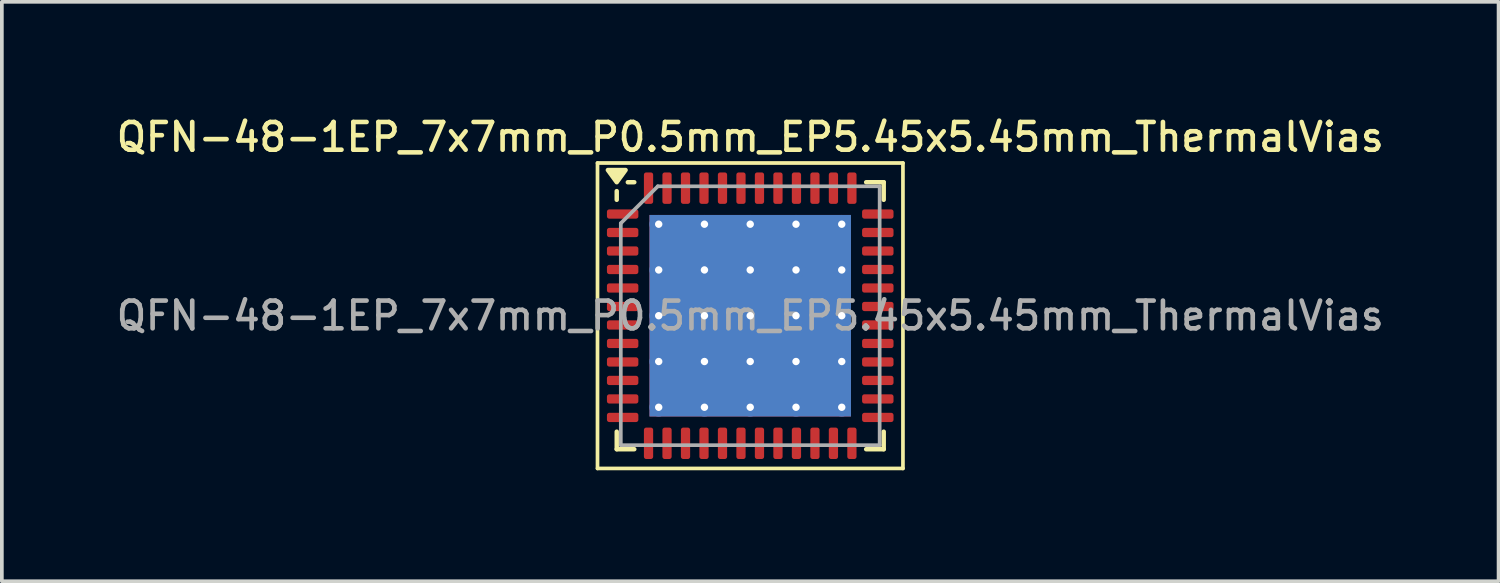
<source format=kicad_pcb>
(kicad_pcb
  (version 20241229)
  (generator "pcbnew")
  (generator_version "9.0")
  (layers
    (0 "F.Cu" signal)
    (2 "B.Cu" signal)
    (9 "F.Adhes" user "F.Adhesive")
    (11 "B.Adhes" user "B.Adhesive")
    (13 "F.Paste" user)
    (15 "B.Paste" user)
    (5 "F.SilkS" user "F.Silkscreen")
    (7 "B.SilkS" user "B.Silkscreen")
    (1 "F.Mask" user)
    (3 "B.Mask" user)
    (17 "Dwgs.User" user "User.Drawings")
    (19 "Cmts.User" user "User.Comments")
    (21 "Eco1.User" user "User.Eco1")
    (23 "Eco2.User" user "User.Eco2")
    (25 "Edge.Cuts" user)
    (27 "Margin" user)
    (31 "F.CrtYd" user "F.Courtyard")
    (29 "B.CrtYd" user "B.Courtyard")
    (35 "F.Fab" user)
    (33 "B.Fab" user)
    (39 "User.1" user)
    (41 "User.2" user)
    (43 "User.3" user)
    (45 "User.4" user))
  (footprint "QFN-48-1EP_7x7mm_P0.5mm_EP5.45x5.45mm_ThermalVias"
    (layer "F.Cu")
    (at 17.238 5.488)
    (property "Reference" "QFN-48-1EP_7x7mm_P0.5mm_EP5.45x5.45mm_ThermalVias" (at 0 -4.83 0) (layer "F.SilkS") (effects (font (size 0.75 0.75) (thickness 0.125))))
    (attr smd)
    (fp_line (start -4.13 -4.13) (end -4.13 4.13) (stroke (width 0.1) (type solid)) (layer "F.SilkS"))
    (fp_line (start -4.13 4.13) (end 4.13 4.13) (stroke (width 0.1) (type solid)) (layer "F.SilkS"))
    (fp_line (start -3.61 -3.135) (end -3.61 -3.37) (stroke (width 0.12) (type solid)) (layer "F.SilkS"))
    (fp_line (start -3.61 3.61) (end -3.61 3.135) (stroke (width 0.12) (type solid)) (layer "F.SilkS"))
    (fp_line (start -3.135 -3.61) (end -3.31 -3.61) (stroke (width 0.12) (type solid)) (layer "F.SilkS"))
    (fp_line (start -3.135 3.61) (end -3.61 3.61) (stroke (width 0.12) (type solid)) (layer "F.SilkS"))
    (fp_line (start 3.135 -3.61) (end 3.61 -3.61) (stroke (width 0.12) (type solid)) (layer "F.SilkS"))
    (fp_line (start 3.135 3.61) (end 3.61 3.61) (stroke (width 0.12) (type solid)) (layer "F.SilkS"))
    (fp_line (start 3.61 -3.61) (end 3.61 -3.135) (stroke (width 0.12) (type solid)) (layer "F.SilkS"))
    (fp_line (start 3.61 3.61) (end 3.61 3.135) (stroke (width 0.12) (type solid)) (layer "F.SilkS"))
    (fp_line (start 4.13 -4.13) (end -4.13 -4.13) (stroke (width 0.1) (type solid)) (layer "F.SilkS"))
    (fp_line (start 4.13 4.13) (end 4.13 -4.13) (stroke (width 0.1) (type solid)) (layer "F.SilkS"))
    (fp_poly (pts (xy -3.61 -3.61) (xy -3.85 -3.94) (xy -3.37 -3.94) (xy -3.61 -3.61)) (stroke (width 0.12) (type solid)) (fill yes) (layer "F.SilkS"))
    (fp_line (start -3.5 -2.5) (end -2.5 -3.5) (stroke (width 0.1) (type solid)) (layer "F.Fab"))
    (fp_line (start -3.5 3.5) (end -3.5 -2.5) (stroke (width 0.1) (type solid)) (layer "F.Fab"))
    (fp_line (start -2.5 -3.5) (end 3.5 -3.5) (stroke (width 0.1) (type solid)) (layer "F.Fab"))
    (fp_line (start 3.5 -3.5) (end 3.5 3.5) (stroke (width 0.1) (type solid)) (layer "F.Fab"))
    (fp_line (start 3.5 3.5) (end -3.5 3.5) (stroke (width 0.1) (type solid)) (layer "F.Fab"))
    (fp_text user "${REFERENCE}" (at 0 0 0) (layer "F.Fab") (effects (font (size 0.75 0.75) (thickness 0.125))))
    (pad "" smd roundrect (at -1.856 -1.856) (size 1.098 1.098) (layers "F.Paste") (roundrect_rratio 0.228))
    (pad "" smd roundrect (at -1.856 -0.619) (size 1.098 1.098) (layers "F.Paste") (roundrect_rratio 0.228))
    (pad "" smd roundrect (at -1.856 0.619) (size 1.098 1.098) (layers "F.Paste") (roundrect_rratio 0.228))
    (pad "" smd roundrect (at -1.856 1.856) (size 1.098 1.098) (layers "F.Paste") (roundrect_rratio 0.228))
    (pad "" smd roundrect (at -0.619 -1.856) (size 1.098 1.098) (layers "F.Paste") (roundrect_rratio 0.228))
    (pad "" smd roundrect (at -0.619 -0.619) (size 1.098 1.098) (layers "F.Paste") (roundrect_rratio 0.228))
    (pad "" smd roundrect (at -0.619 0.619) (size 1.098 1.098) (layers "F.Paste") (roundrect_rratio 0.228))
    (pad "" smd roundrect (at -0.619 1.856) (size 1.098 1.098) (layers "F.Paste") (roundrect_rratio 0.228))
    (pad "" smd roundrect (at 0.619 -1.856) (size 1.098 1.098) (layers "F.Paste") (roundrect_rratio 0.228))
    (pad "" smd roundrect (at 0.619 -0.619) (size 1.098 1.098) (layers "F.Paste") (roundrect_rratio 0.228))
    (pad "" smd roundrect (at 0.619 0.619) (size 1.098 1.098) (layers "F.Paste") (roundrect_rratio 0.228))
    (pad "" smd roundrect (at 0.619 1.856) (size 1.098 1.098) (layers "F.Paste") (roundrect_rratio 0.228))
    (pad "" smd roundrect (at 1.856 -1.856) (size 1.098 1.098) (layers "F.Paste") (roundrect_rratio 0.228))
    (pad "" smd roundrect (at 1.856 -0.619) (size 1.098 1.098) (layers "F.Paste") (roundrect_rratio 0.228))
    (pad "" smd roundrect (at 1.856 0.619) (size 1.098 1.098) (layers "F.Paste") (roundrect_rratio 0.228))
    (pad "" smd roundrect (at 1.856 1.856) (size 1.098 1.098) (layers "F.Paste") (roundrect_rratio 0.228))
    (pad "1" smd roundrect (at -3.45 -2.75) (size 0.85 0.25) (layers "F.Cu" "F.Mask" "F.Paste") (roundrect_rratio 0.25))
    (pad "2" smd roundrect (at -3.45 -2.25) (size 0.85 0.25) (layers "F.Cu" "F.Mask" "F.Paste") (roundrect_rratio 0.25))
    (pad "3" smd roundrect (at -3.45 -1.75) (size 0.85 0.25) (layers "F.Cu" "F.Mask" "F.Paste") (roundrect_rratio 0.25))
    (pad "4" smd roundrect (at -3.45 -1.25) (size 0.85 0.25) (layers "F.Cu" "F.Mask" "F.Paste") (roundrect_rratio 0.25))
    (pad "5" smd roundrect (at -3.45 -0.75) (size 0.85 0.25) (layers "F.Cu" "F.Mask" "F.Paste") (roundrect_rratio 0.25))
    (pad "6" smd roundrect (at -3.45 -0.25) (size 0.85 0.25) (layers "F.Cu" "F.Mask" "F.Paste") (roundrect_rratio 0.25))
    (pad "7" smd roundrect (at -3.45 0.25) (size 0.85 0.25) (layers "F.Cu" "F.Mask" "F.Paste") (roundrect_rratio 0.25))
    (pad "8" smd roundrect (at -3.45 0.75) (size 0.85 0.25) (layers "F.Cu" "F.Mask" "F.Paste") (roundrect_rratio 0.25))
    (pad "9" smd roundrect (at -3.45 1.25) (size 0.85 0.25) (layers "F.Cu" "F.Mask" "F.Paste") (roundrect_rratio 0.25))
    (pad "10" smd roundrect (at -3.45 1.75) (size 0.85 0.25) (layers "F.Cu" "F.Mask" "F.Paste") (roundrect_rratio 0.25))
    (pad "11" smd roundrect (at -3.45 2.25) (size 0.85 0.25) (layers "F.Cu" "F.Mask" "F.Paste") (roundrect_rratio 0.25))
    (pad "12" smd roundrect (at -3.45 2.75) (size 0.85 0.25) (layers "F.Cu" "F.Mask" "F.Paste") (roundrect_rratio 0.25))
    (pad "13" smd roundrect (at -2.75 3.45) (size 0.25 0.85) (layers "F.Cu" "F.Mask" "F.Paste") (roundrect_rratio 0.25))
    (pad "14" smd roundrect (at -2.25 3.45) (size 0.25 0.85) (layers "F.Cu" "F.Mask" "F.Paste") (roundrect_rratio 0.25))
    (pad "15" smd roundrect (at -1.75 3.45) (size 0.25 0.85) (layers "F.Cu" "F.Mask" "F.Paste") (roundrect_rratio 0.25))
    (pad "16" smd roundrect (at -1.25 3.45) (size 0.25 0.85) (layers "F.Cu" "F.Mask" "F.Paste") (roundrect_rratio 0.25))
    (pad "17" smd roundrect (at -0.75 3.45) (size 0.25 0.85) (layers "F.Cu" "F.Mask" "F.Paste") (roundrect_rratio 0.25))
    (pad "18" smd roundrect (at -0.25 3.45) (size 0.25 0.85) (layers "F.Cu" "F.Mask" "F.Paste") (roundrect_rratio 0.25))
    (pad "19" smd roundrect (at 0.25 3.45) (size 0.25 0.85) (layers "F.Cu" "F.Mask" "F.Paste") (roundrect_rratio 0.25))
    (pad "20" smd roundrect (at 0.75 3.45) (size 0.25 0.85) (layers "F.Cu" "F.Mask" "F.Paste") (roundrect_rratio 0.25))
    (pad "21" smd roundrect (at 1.25 3.45) (size 0.25 0.85) (layers "F.Cu" "F.Mask" "F.Paste") (roundrect_rratio 0.25))
    (pad "22" smd roundrect (at 1.75 3.45) (size 0.25 0.85) (layers "F.Cu" "F.Mask" "F.Paste") (roundrect_rratio 0.25))
    (pad "23" smd roundrect (at 2.25 3.45) (size 0.25 0.85) (layers "F.Cu" "F.Mask" "F.Paste") (roundrect_rratio 0.25))
    (pad "24" smd roundrect (at 2.75 3.45) (size 0.25 0.85) (layers "F.Cu" "F.Mask" "F.Paste") (roundrect_rratio 0.25))
    (pad "25" smd roundrect (at 3.45 2.75) (size 0.85 0.25) (layers "F.Cu" "F.Mask" "F.Paste") (roundrect_rratio 0.25))
    (pad "26" smd roundrect (at 3.45 2.25) (size 0.85 0.25) (layers "F.Cu" "F.Mask" "F.Paste") (roundrect_rratio 0.25))
    (pad "27" smd roundrect (at 3.45 1.75) (size 0.85 0.25) (layers "F.Cu" "F.Mask" "F.Paste") (roundrect_rratio 0.25))
    (pad "28" smd roundrect (at 3.45 1.25) (size 0.85 0.25) (layers "F.Cu" "F.Mask" "F.Paste") (roundrect_rratio 0.25))
    (pad "29" smd roundrect (at 3.45 0.75) (size 0.85 0.25) (layers "F.Cu" "F.Mask" "F.Paste") (roundrect_rratio 0.25))
    (pad "30" smd roundrect (at 3.45 0.25) (size 0.85 0.25) (layers "F.Cu" "F.Mask" "F.Paste") (roundrect_rratio 0.25))
    (pad "31" smd roundrect (at 3.45 -0.25) (size 0.85 0.25) (layers "F.Cu" "F.Mask" "F.Paste") (roundrect_rratio 0.25))
    (pad "32" smd roundrect (at 3.45 -0.75) (size 0.85 0.25) (layers "F.Cu" "F.Mask" "F.Paste") (roundrect_rratio 0.25))
    (pad "33" smd roundrect (at 3.45 -1.25) (size 0.85 0.25) (layers "F.Cu" "F.Mask" "F.Paste") (roundrect_rratio 0.25))
    (pad "34" smd roundrect (at 3.45 -1.75) (size 0.85 0.25) (layers "F.Cu" "F.Mask" "F.Paste") (roundrect_rratio 0.25))
    (pad "35" smd roundrect (at 3.45 -2.25) (size 0.85 0.25) (layers "F.Cu" "F.Mask" "F.Paste") (roundrect_rratio 0.25))
    (pad "36" smd roundrect (at 3.45 -2.75) (size 0.85 0.25) (layers "F.Cu" "F.Mask" "F.Paste") (roundrect_rratio 0.25))
    (pad "37" smd roundrect (at 2.75 -3.45) (size 0.25 0.85) (layers "F.Cu" "F.Mask" "F.Paste") (roundrect_rratio 0.25))
    (pad "38" smd roundrect (at 2.25 -3.45) (size 0.25 0.85) (layers "F.Cu" "F.Mask" "F.Paste") (roundrect_rratio 0.25))
    (pad "39" smd roundrect (at 1.75 -3.45) (size 0.25 0.85) (layers "F.Cu" "F.Mask" "F.Paste") (roundrect_rratio 0.25))
    (pad "40" smd roundrect (at 1.25 -3.45) (size 0.25 0.85) (layers "F.Cu" "F.Mask" "F.Paste") (roundrect_rratio 0.25))
    (pad "41" smd roundrect (at 0.75 -3.45) (size 0.25 0.85) (layers "F.Cu" "F.Mask" "F.Paste") (roundrect_rratio 0.25))
    (pad "42" smd roundrect (at 0.25 -3.45) (size 0.25 0.85) (layers "F.Cu" "F.Mask" "F.Paste") (roundrect_rratio 0.25))
    (pad "43" smd roundrect (at -0.25 -3.45) (size 0.25 0.85) (layers "F.Cu" "F.Mask" "F.Paste") (roundrect_rratio 0.25))
    (pad "44" smd roundrect (at -0.75 -3.45) (size 0.25 0.85) (layers "F.Cu" "F.Mask" "F.Paste") (roundrect_rratio 0.25))
    (pad "45" smd roundrect (at -1.25 -3.45) (size 0.25 0.85) (layers "F.Cu" "F.Mask" "F.Paste") (roundrect_rratio 0.25))
    (pad "46" smd roundrect (at -1.75 -3.45) (size 0.25 0.85) (layers "F.Cu" "F.Mask" "F.Paste") (roundrect_rratio 0.25))
    (pad "47" smd roundrect (at -2.25 -3.45) (size 0.25 0.85) (layers "F.Cu" "F.Mask" "F.Paste") (roundrect_rratio 0.25))
    (pad "48" smd roundrect (at -2.75 -3.45) (size 0.25 0.85) (layers "F.Cu" "F.Mask" "F.Paste") (roundrect_rratio 0.25))
    (pad "49" thru_hole circle (at -2.475 -2.475) (size 0.5 0.5) (drill 0.2) (property pad_prop_heatsink) (layers "*.Cu"))
    (pad "49" thru_hole circle (at -2.475 -1.238) (size 0.5 0.5) (drill 0.2) (property pad_prop_heatsink) (layers "*.Cu"))
    (pad "49" thru_hole circle (at -2.475 0) (size 0.5 0.5) (drill 0.2) (property pad_prop_heatsink) (layers "*.Cu"))
    (pad "49" thru_hole circle (at -2.475 1.238) (size 0.5 0.5) (drill 0.2) (property pad_prop_heatsink) (layers "*.Cu"))
    (pad "49" thru_hole circle (at -2.475 2.475) (size 0.5 0.5) (drill 0.2) (property pad_prop_heatsink) (layers "*.Cu"))
    (pad "49" thru_hole circle (at -1.238 -2.475) (size 0.5 0.5) (drill 0.2) (property pad_prop_heatsink) (layers "*.Cu"))
    (pad "49" thru_hole circle (at -1.238 -1.238) (size 0.5 0.5) (drill 0.2) (property pad_prop_heatsink) (layers "*.Cu"))
    (pad "49" thru_hole circle (at -1.238 0) (size 0.5 0.5) (drill 0.2) (property pad_prop_heatsink) (layers "*.Cu"))
    (pad "49" thru_hole circle (at -1.238 1.238) (size 0.5 0.5) (drill 0.2) (property pad_prop_heatsink) (layers "*.Cu"))
    (pad "49" thru_hole circle (at -1.238 2.475) (size 0.5 0.5) (drill 0.2) (property pad_prop_heatsink) (layers "*.Cu"))
    (pad "49" thru_hole circle (at 0 -2.475) (size 0.5 0.5) (drill 0.2) (property pad_prop_heatsink) (layers "*.Cu"))
    (pad "49" thru_hole circle (at 0 -1.238) (size 0.5 0.5) (drill 0.2) (property pad_prop_heatsink) (layers "*.Cu"))
    (pad "49" thru_hole circle (at 0 0) (size 0.5 0.5) (drill 0.2) (property pad_prop_heatsink) (layers "*.Cu"))
    (pad "49" smd rect (at 0 0) (size 5.45 5.45) (property pad_prop_heatsink) (layers "F.Cu" "F.Mask"))
    (pad "49" smd rect (at 0 0) (size 5.45 5.45) (property pad_prop_heatsink) (layers "B.Cu"))
    (pad "49" thru_hole circle (at 0 1.238) (size 0.5 0.5) (drill 0.2) (property pad_prop_heatsink) (layers "*.Cu"))
    (pad "49" thru_hole circle (at 0 2.475) (size 0.5 0.5) (drill 0.2) (property pad_prop_heatsink) (layers "*.Cu"))
    (pad "49" thru_hole circle (at 1.238 -2.475) (size 0.5 0.5) (drill 0.2) (property pad_prop_heatsink) (layers "*.Cu"))
    (pad "49" thru_hole circle (at 1.238 -1.238) (size 0.5 0.5) (drill 0.2) (property pad_prop_heatsink) (layers "*.Cu"))
    (pad "49" thru_hole circle (at 1.238 0) (size 0.5 0.5) (drill 0.2) (property pad_prop_heatsink) (layers "*.Cu"))
    (pad "49" thru_hole circle (at 1.238 1.238) (size 0.5 0.5) (drill 0.2) (property pad_prop_heatsink) (layers "*.Cu"))
    (pad "49" thru_hole circle (at 1.238 2.475) (size 0.5 0.5) (drill 0.2) (property pad_prop_heatsink) (layers "*.Cu"))
    (pad "49" thru_hole circle (at 2.475 -2.475) (size 0.5 0.5) (drill 0.2) (property pad_prop_heatsink) (layers "*.Cu"))
    (pad "49" thru_hole circle (at 2.475 -1.238) (size 0.5 0.5) (drill 0.2) (property pad_prop_heatsink) (layers "*.Cu"))
    (pad "49" thru_hole circle (at 2.475 0) (size 0.5 0.5) (drill 0.2) (property pad_prop_heatsink) (layers "*.Cu"))
    (pad "49" thru_hole circle (at 2.475 1.238) (size 0.5 0.5) (drill 0.2) (property pad_prop_heatsink) (layers "*.Cu"))
    (pad "49" thru_hole circle (at 2.475 2.475) (size 0.5 0.5) (drill 0.2) (property pad_prop_heatsink) (layers "*.Cu")))
  (gr_rect
    (start -3 -3)
    (end 37.475 12.668)
    (stroke (width 0.1) (type default))
    (fill no)
    (layer "Edge.Cuts")))
</source>
